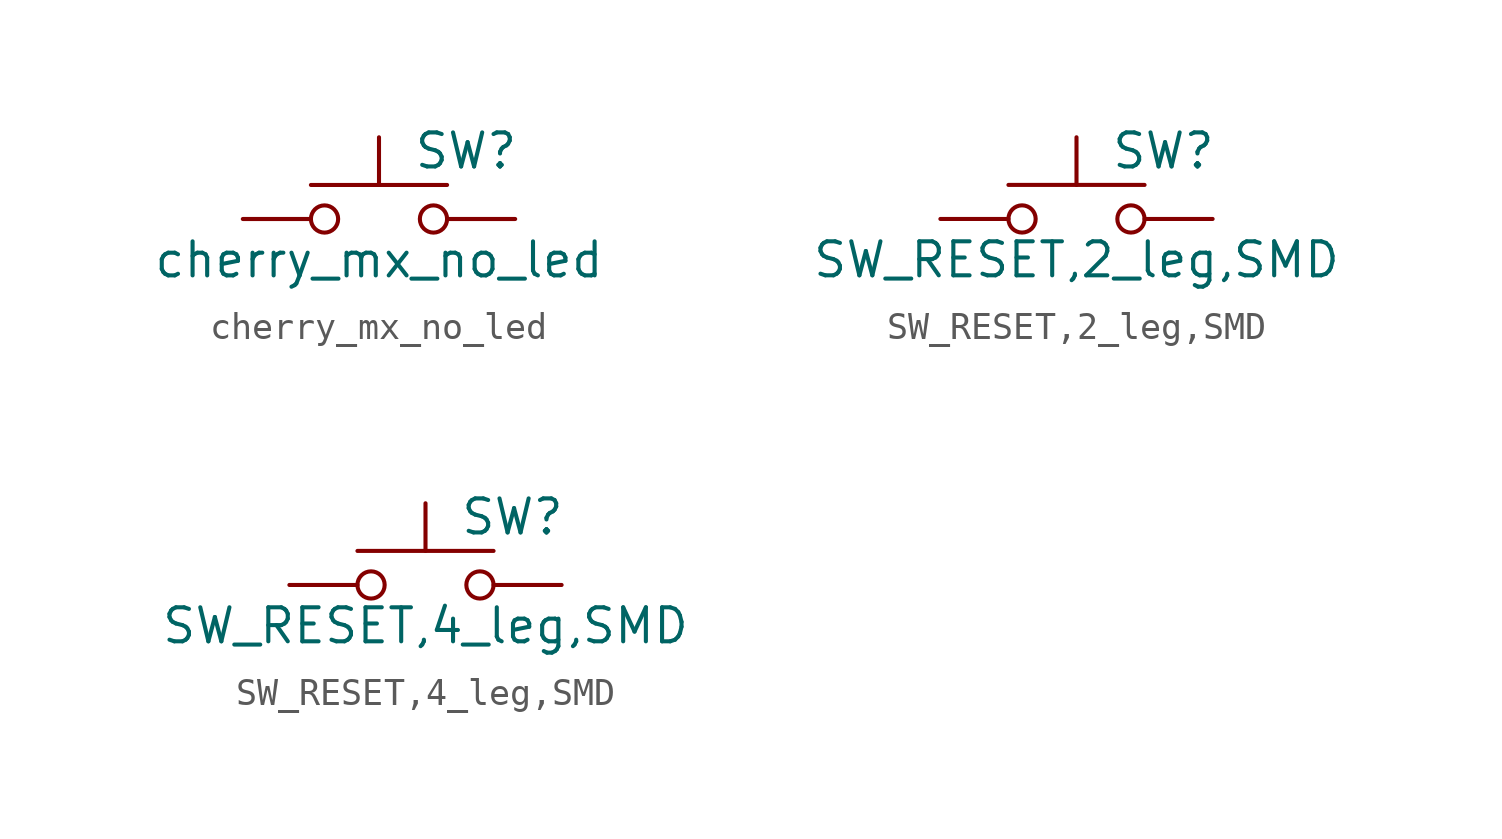
<source format=kicad_sym>
(kicad_symbol_lib
  (version 20211014)
  (generator kicad_symbol_editor)
  (symbol "cherry_mx_no_led"
    (pin_numbers hide)
    (pin_names
      (offset 1.016) hide)
    (property "Reference" "SW"
      (at 1.27 2.54 0)
      (effects (font (size 1.27 1.27)) (justify left)))
    (property "Value" "cherry_mx_no_led"
      (at 0 -1.524 0)
      (effects (font (size 1.27 1.27))))
    (symbol "cherry_mx_no_led_0_1"
      (circle (center -2.032 0) (radius 0.508) (stroke (width 0) (type default) (color 0 0 0 0)) (fill (type none)))
      (polyline (pts (xy 0 1.27) (xy 0 3.048)) (stroke (width 0) (type default) (color 0 0 0 0)) (fill (type none)))
      (polyline (pts (xy 2.54 1.27) (xy -2.54 1.27)) (stroke (width 0) (type default) (color 0 0 0 0)) (fill (type none)))
      (circle (center 2.032 0) (radius 0.508) (stroke (width 0) (type default) (color 0 0 0 0)) (fill (type none)))
      (pin passive line (at -5.08 0 0) (length 2.54) (name "1" (effects (font (size 1.27 1.27)))) (number "1" (effects (font (size 1.27 1.27)))))
      (pin passive line (at 5.08 0 180) (length 2.54) (name "2" (effects (font (size 1.27 1.27)))) (number "2" (effects (font (size 1.27 1.27)))))))
  (symbol "SW_RESET,2_leg,SMD"
    (pin_numbers hide)
    (pin_names
      (offset 1.016) hide)
    (property "Reference" "SW"
      (at 1.27 2.54 0)
      (effects (font (size 1.27 1.27)) (justify left)))
    (property "Value" "SW_RESET,2_leg,SMD"
      (at 0 -1.524 0)
      (effects (font (size 1.27 1.27))))
    (symbol "SW_RESET,2_leg,SMD_0_1"
      (circle (center -2.032 0) (radius 0.508) (stroke (width 0) (type default) (color 0 0 0 0)) (fill (type none)))
      (polyline (pts (xy 0 1.27) (xy 0 3.048)) (stroke (width 0) (type default) (color 0 0 0 0)) (fill (type none)))
      (polyline (pts (xy 2.54 1.27) (xy -2.54 1.27)) (stroke (width 0) (type default) (color 0 0 0 0)) (fill (type none)))
      (circle (center 2.032 0) (radius 0.508) (stroke (width 0) (type default) (color 0 0 0 0)) (fill (type none)))
      (pin passive line (at -5.08 0 0) (length 2.54) (name "1" (effects (font (size 1.27 1.27)))) (number "1" (effects (font (size 1.27 1.27)))))
      (pin passive line (at 5.08 0 180) (length 2.54) (name "2" (effects (font (size 1.27 1.27)))) (number "2" (effects (font (size 1.27 1.27)))))))
  (symbol "SW_RESET,4_leg,SMD"
    (pin_numbers hide)
    (pin_names
      (offset 1.016) hide)
    (property "Reference" "SW"
      (at 1.27 2.54 0)
      (effects (font (size 1.27 1.27)) (justify left)))
    (property "Value" "SW_RESET,4_leg,SMD"
      (at 0 -1.524 0)
      (effects (font (size 1.27 1.27))))
    (symbol "SW_RESET,4_leg,SMD_0_1"
      (circle (center -2.032 0) (radius 0.508) (stroke (width 0) (type default) (color 0 0 0 0)) (fill (type none)))
      (polyline (pts (xy 0 1.27) (xy 0 3.048)) (stroke (width 0) (type default) (color 0 0 0 0)) (fill (type none)))
      (polyline (pts (xy 2.54 1.27) (xy -2.54 1.27)) (stroke (width 0) (type default) (color 0 0 0 0)) (fill (type none)))
      (circle (center 2.032 0) (radius 0.508) (stroke (width 0) (type default) (color 0 0 0 0)) (fill (type none)))
      (pin passive line (at -5.08 0 0) (length 2.54) (name "1" (effects (font (size 1.27 1.27)))) (number "1" (effects (font (size 1.27 1.27)))))
      (pin passive line (at 5.08 0 180) (length 2.54) (name "2" (effects (font (size 1.27 1.27)))) (number "2" (effects (font (size 1.27 1.27))))))))
</source>
